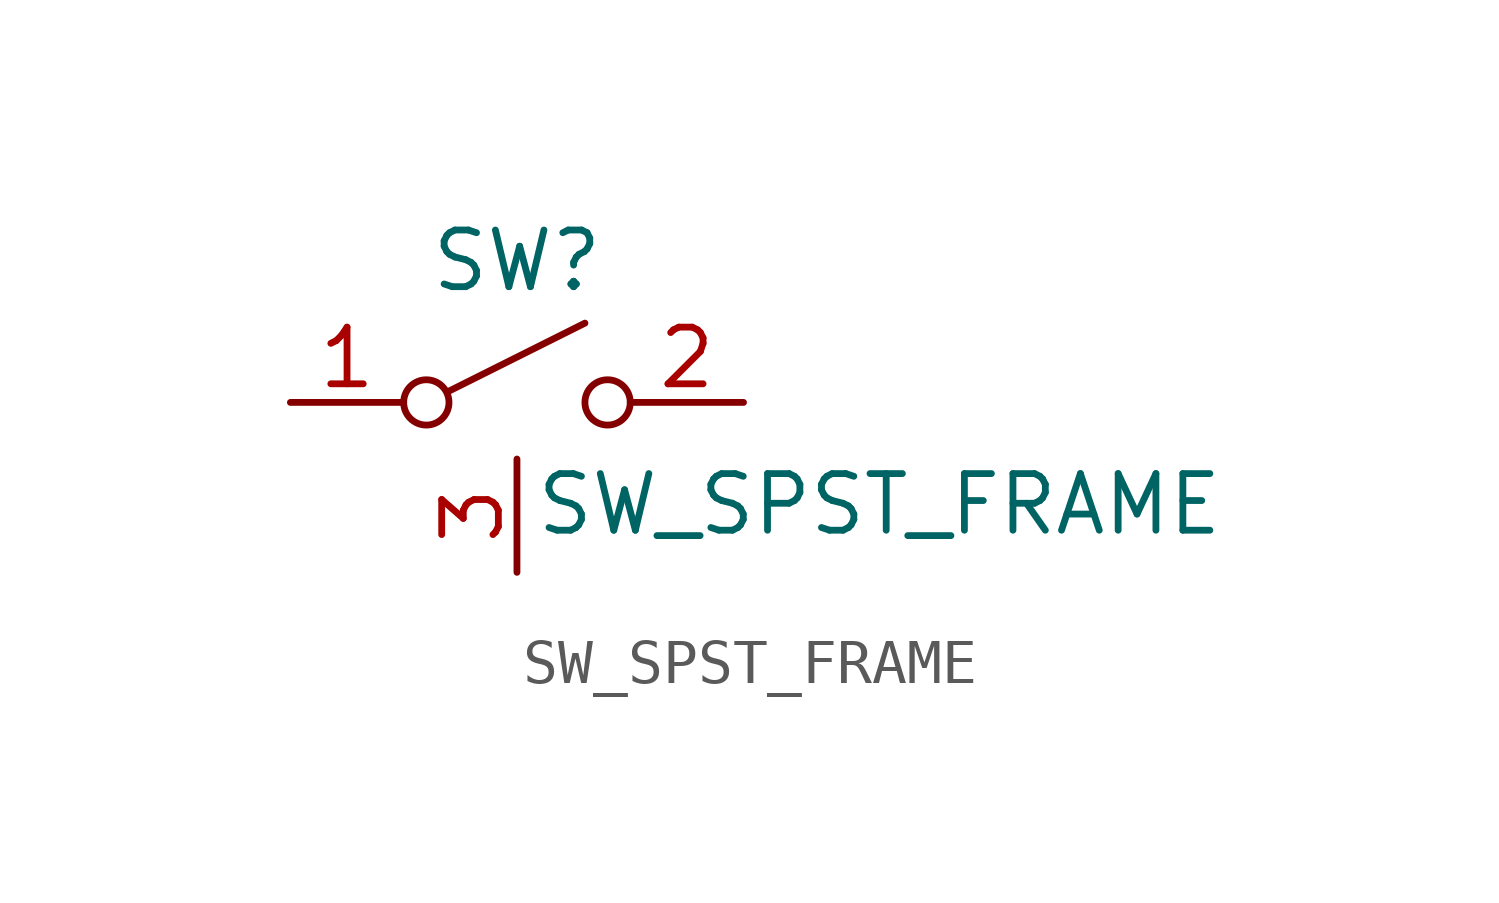
<source format=kicad_sym>
(kicad_symbol_lib
  (version 20231120)
  (generator "kicad_symbol_editor")
  (generator_version "8.0")
  (symbol "SW_SPST_FRAME"
    (pin_names
      (offset 0) hide)
    (property "Reference" "SW"
      (at 0 3.175 0)
      (effects (font (size 1.27 1.27))))
    (property "Value" "SW_SPST_FRAME"
      (at 8.128 -2.286 0)
      (effects (font (size 1.27 1.27))))
    (symbol "SW_SPST_FRAME_0_0"
      (circle (center -2.032 0) (radius 0.508) (stroke (width 0) (type default)) (fill (type none)))
      (polyline (pts (xy -1.524 0.254) (xy 1.524 1.778)) (stroke (width 0) (type default)) (fill (type none)))
      (circle (center 2.032 0) (radius 0.508) (stroke (width 0) (type default)) (fill (type none))))
    (symbol "SW_SPST_FRAME_1_1"
      (pin passive line (at -5.08 0 0) (length 2.54) (name "A" (effects (font (size 1.27 1.27)))) (number "1" (effects (font (size 1.27 1.27)))))
      (pin passive line (at 5.08 0 180) (length 2.54) (name "B" (effects (font (size 1.27 1.27)))) (number "2" (effects (font (size 1.27 1.27)))))
      (pin passive line (at 0 -3.81 90) (length 2.54) (name "B" (effects (font (size 1.27 1.27)))) (number "3" (effects (font (size 1.27 1.27))))))))
</source>
